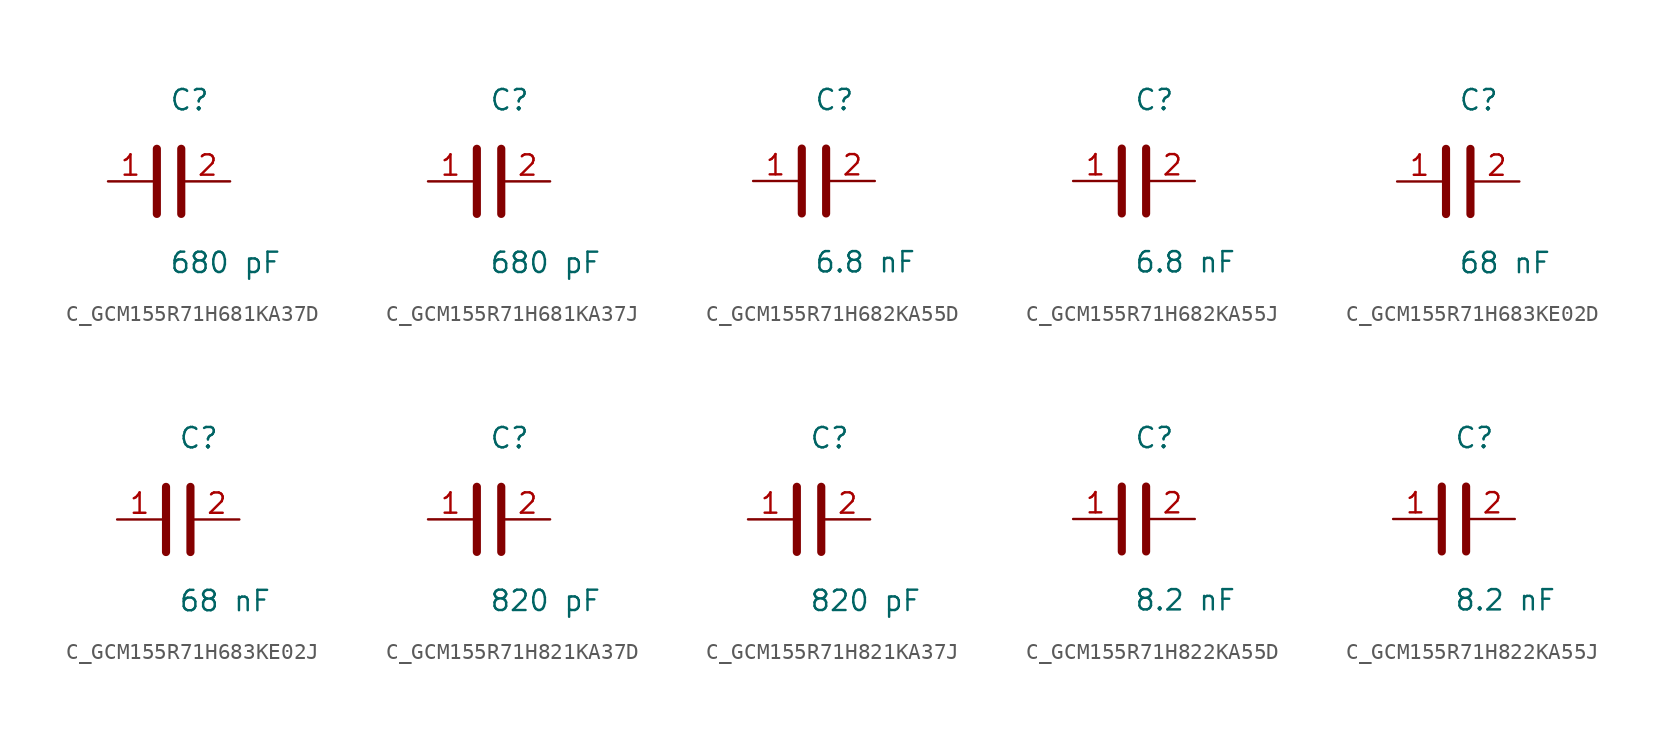
<source format=kicad_sym>
(kicad_symbol_lib
  (version 20231120)
  (generator kicad_symbol_editor)
  (generator_version 8.0)
  (symbol "C_GCM155R71H681KA37D"
    (pin_names
      (offset 0.254))
    (property "Reference" "C"
      (at 0 5.08 0)
      (effects (font (size 1.27 1.27)) (justify left)))
    (property "Value" "680 pF"
      (at 0 -5.08 0)
      (effects (font (size 1.27 1.27)) (justify left)))
    (symbol "C_GCM155R71H681KA37D_0_1"
      (polyline (pts (xy -0.762 -2.032) (xy -0.762 2.032)) (stroke (width 0.508) (type default)) (fill (type none)))
      (polyline (pts (xy 0.762 -2.032) (xy 0.762 2.032)) (stroke (width 0.508) (type default)) (fill (type none))))
    (pin passive line
      (at -3.81 0 0)
      (length 2.8)
      (name "" (effects (font (size 1.27 1.27))))
      (number "1" (effects (font (size 1.27 1.27)))))
    (pin passive line
      (at 3.81 0 180)
      (length 2.8)
      (name "" (effects (font (size 1.27 1.27))))
      (number "2" (effects (font (size 1.27 1.27))))))
  (symbol "C_GCM155R71H681KA37J"
    (pin_names
      (offset 0.254))
    (property "Reference" "C"
      (at 0 5.08 0)
      (effects (font (size 1.27 1.27)) (justify left)))
    (property "Value" "680 pF"
      (at 0 -5.08 0)
      (effects (font (size 1.27 1.27)) (justify left)))
    (symbol "C_GCM155R71H681KA37J_0_1"
      (polyline (pts (xy -0.762 -2.032) (xy -0.762 2.032)) (stroke (width 0.508) (type default)) (fill (type none)))
      (polyline (pts (xy 0.762 -2.032) (xy 0.762 2.032)) (stroke (width 0.508) (type default)) (fill (type none))))
    (pin passive line
      (at -3.81 0 0)
      (length 2.8)
      (name "" (effects (font (size 1.27 1.27))))
      (number "1" (effects (font (size 1.27 1.27)))))
    (pin passive line
      (at 3.81 0 180)
      (length 2.8)
      (name "" (effects (font (size 1.27 1.27))))
      (number "2" (effects (font (size 1.27 1.27))))))
  (symbol "C_GCM155R71H682KA55D"
    (pin_names
      (offset 0.254))
    (property "Reference" "C"
      (at 0 5.08 0)
      (effects (font (size 1.27 1.27)) (justify left)))
    (property "Value" "6.8 nF"
      (at 0 -5.08 0)
      (effects (font (size 1.27 1.27)) (justify left)))
    (symbol "C_GCM155R71H682KA55D_0_1"
      (polyline (pts (xy -0.762 -2.032) (xy -0.762 2.032)) (stroke (width 0.508) (type default)) (fill (type none)))
      (polyline (pts (xy 0.762 -2.032) (xy 0.762 2.032)) (stroke (width 0.508) (type default)) (fill (type none))))
    (pin passive line
      (at -3.81 0 0)
      (length 2.8)
      (name "" (effects (font (size 1.27 1.27))))
      (number "1" (effects (font (size 1.27 1.27)))))
    (pin passive line
      (at 3.81 0 180)
      (length 2.8)
      (name "" (effects (font (size 1.27 1.27))))
      (number "2" (effects (font (size 1.27 1.27))))))
  (symbol "C_GCM155R71H682KA55J"
    (pin_names
      (offset 0.254))
    (property "Reference" "C"
      (at 0 5.08 0)
      (effects (font (size 1.27 1.27)) (justify left)))
    (property "Value" "6.8 nF"
      (at 0 -5.08 0)
      (effects (font (size 1.27 1.27)) (justify left)))
    (symbol "C_GCM155R71H682KA55J_0_1"
      (polyline (pts (xy -0.762 -2.032) (xy -0.762 2.032)) (stroke (width 0.508) (type default)) (fill (type none)))
      (polyline (pts (xy 0.762 -2.032) (xy 0.762 2.032)) (stroke (width 0.508) (type default)) (fill (type none))))
    (pin passive line
      (at -3.81 0 0)
      (length 2.8)
      (name "" (effects (font (size 1.27 1.27))))
      (number "1" (effects (font (size 1.27 1.27)))))
    (pin passive line
      (at 3.81 0 180)
      (length 2.8)
      (name "" (effects (font (size 1.27 1.27))))
      (number "2" (effects (font (size 1.27 1.27))))))
  (symbol "C_GCM155R71H683KE02D"
    (pin_names
      (offset 0.254))
    (property "Reference" "C"
      (at 0 5.08 0)
      (effects (font (size 1.27 1.27)) (justify left)))
    (property "Value" "68 nF"
      (at 0 -5.08 0)
      (effects (font (size 1.27 1.27)) (justify left)))
    (symbol "C_GCM155R71H683KE02D_0_1"
      (polyline (pts (xy -0.762 -2.032) (xy -0.762 2.032)) (stroke (width 0.508) (type default)) (fill (type none)))
      (polyline (pts (xy 0.762 -2.032) (xy 0.762 2.032)) (stroke (width 0.508) (type default)) (fill (type none))))
    (pin passive line
      (at -3.81 0 0)
      (length 2.8)
      (name "" (effects (font (size 1.27 1.27))))
      (number "1" (effects (font (size 1.27 1.27)))))
    (pin passive line
      (at 3.81 0 180)
      (length 2.8)
      (name "" (effects (font (size 1.27 1.27))))
      (number "2" (effects (font (size 1.27 1.27))))))
  (symbol "C_GCM155R71H683KE02J"
    (pin_names
      (offset 0.254))
    (property "Reference" "C"
      (at 0 5.08 0)
      (effects (font (size 1.27 1.27)) (justify left)))
    (property "Value" "68 nF"
      (at 0 -5.08 0)
      (effects (font (size 1.27 1.27)) (justify left)))
    (symbol "C_GCM155R71H683KE02J_0_1"
      (polyline (pts (xy -0.762 -2.032) (xy -0.762 2.032)) (stroke (width 0.508) (type default)) (fill (type none)))
      (polyline (pts (xy 0.762 -2.032) (xy 0.762 2.032)) (stroke (width 0.508) (type default)) (fill (type none))))
    (pin passive line
      (at -3.81 0 0)
      (length 2.8)
      (name "" (effects (font (size 1.27 1.27))))
      (number "1" (effects (font (size 1.27 1.27)))))
    (pin passive line
      (at 3.81 0 180)
      (length 2.8)
      (name "" (effects (font (size 1.27 1.27))))
      (number "2" (effects (font (size 1.27 1.27))))))
  (symbol "C_GCM155R71H821KA37D"
    (pin_names
      (offset 0.254))
    (property "Reference" "C"
      (at 0 5.08 0)
      (effects (font (size 1.27 1.27)) (justify left)))
    (property "Value" "820 pF"
      (at 0 -5.08 0)
      (effects (font (size 1.27 1.27)) (justify left)))
    (symbol "C_GCM155R71H821KA37D_0_1"
      (polyline (pts (xy -0.762 -2.032) (xy -0.762 2.032)) (stroke (width 0.508) (type default)) (fill (type none)))
      (polyline (pts (xy 0.762 -2.032) (xy 0.762 2.032)) (stroke (width 0.508) (type default)) (fill (type none))))
    (pin passive line
      (at -3.81 0 0)
      (length 2.8)
      (name "" (effects (font (size 1.27 1.27))))
      (number "1" (effects (font (size 1.27 1.27)))))
    (pin passive line
      (at 3.81 0 180)
      (length 2.8)
      (name "" (effects (font (size 1.27 1.27))))
      (number "2" (effects (font (size 1.27 1.27))))))
  (symbol "C_GCM155R71H821KA37J"
    (pin_names
      (offset 0.254))
    (property "Reference" "C"
      (at 0 5.08 0)
      (effects (font (size 1.27 1.27)) (justify left)))
    (property "Value" "820 pF"
      (at 0 -5.08 0)
      (effects (font (size 1.27 1.27)) (justify left)))
    (symbol "C_GCM155R71H821KA37J_0_1"
      (polyline (pts (xy -0.762 -2.032) (xy -0.762 2.032)) (stroke (width 0.508) (type default)) (fill (type none)))
      (polyline (pts (xy 0.762 -2.032) (xy 0.762 2.032)) (stroke (width 0.508) (type default)) (fill (type none))))
    (pin passive line
      (at -3.81 0 0)
      (length 2.8)
      (name "" (effects (font (size 1.27 1.27))))
      (number "1" (effects (font (size 1.27 1.27)))))
    (pin passive line
      (at 3.81 0 180)
      (length 2.8)
      (name "" (effects (font (size 1.27 1.27))))
      (number "2" (effects (font (size 1.27 1.27))))))
  (symbol "C_GCM155R71H822KA55D"
    (pin_names
      (offset 0.254))
    (property "Reference" "C"
      (at 0 5.08 0)
      (effects (font (size 1.27 1.27)) (justify left)))
    (property "Value" "8.2 nF"
      (at 0 -5.08 0)
      (effects (font (size 1.27 1.27)) (justify left)))
    (symbol "C_GCM155R71H822KA55D_0_1"
      (polyline (pts (xy -0.762 -2.032) (xy -0.762 2.032)) (stroke (width 0.508) (type default)) (fill (type none)))
      (polyline (pts (xy 0.762 -2.032) (xy 0.762 2.032)) (stroke (width 0.508) (type default)) (fill (type none))))
    (pin passive line
      (at -3.81 0 0)
      (length 2.8)
      (name "" (effects (font (size 1.27 1.27))))
      (number "1" (effects (font (size 1.27 1.27)))))
    (pin passive line
      (at 3.81 0 180)
      (length 2.8)
      (name "" (effects (font (size 1.27 1.27))))
      (number "2" (effects (font (size 1.27 1.27))))))
  (symbol "C_GCM155R71H822KA55J"
    (pin_names
      (offset 0.254))
    (property "Reference" "C"
      (at 0 5.08 0)
      (effects (font (size 1.27 1.27)) (justify left)))
    (property "Value" "8.2 nF"
      (at 0 -5.08 0)
      (effects (font (size 1.27 1.27)) (justify left)))
    (symbol "C_GCM155R71H822KA55J_0_1"
      (polyline (pts (xy -0.762 -2.032) (xy -0.762 2.032)) (stroke (width 0.508) (type default)) (fill (type none)))
      (polyline (pts (xy 0.762 -2.032) (xy 0.762 2.032)) (stroke (width 0.508) (type default)) (fill (type none))))
    (pin passive line
      (at -3.81 0 0)
      (length 2.8)
      (name "" (effects (font (size 1.27 1.27))))
      (number "1" (effects (font (size 1.27 1.27)))))
    (pin passive line
      (at 3.81 0 180)
      (length 2.8)
      (name "" (effects (font (size 1.27 1.27))))
      (number "2" (effects (font (size 1.27 1.27)))))))
</source>
